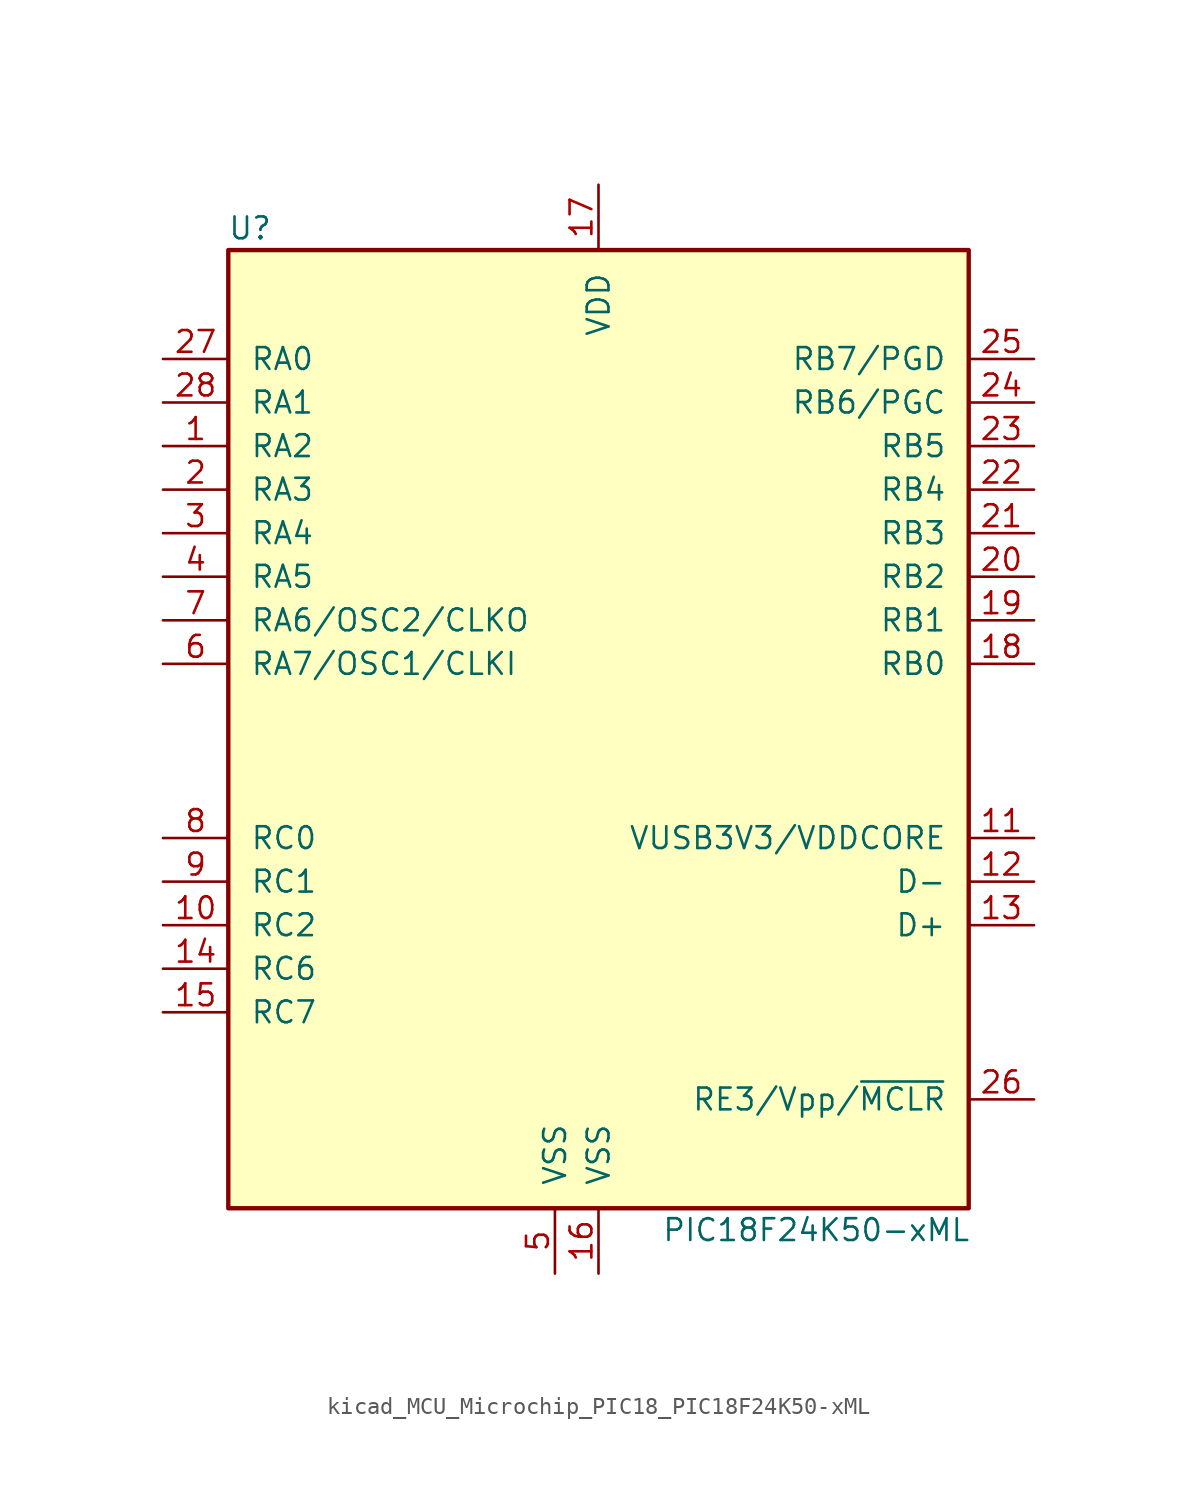
<source format=kicad_sym>
(kicad_symbol_lib
  (version 20220914)
  (generator kicad_symbol_editor)
  (symbol "kicad_MCU_Microchip_PIC18_PIC18F24K50-xML"
    (pin_names
      (offset 1.27))
    (property "Reference" "U"
      (at -20.32 30.48 0)
      (effects (font (size 1.27 1.27))))
    (property "Value" "PIC18F24K50-xML"
      (at 12.7 -27.94 0)
      (effects (font (size 1.27 1.27))))
    (symbol "kicad_MCU_Microchip_PIC18_PIC18F24K50-xML_0_1"
      (rectangle (start -21.59 29.21) (end 21.59 -26.67) (stroke (width 0.254) (type default)) (fill (type background))))
    (symbol "kicad_MCU_Microchip_PIC18_PIC18F24K50-xML_1_1"
      (pin bidirectional line (at -25.4 17.78 0) (length 3.81) (name "RA2" (effects (font (size 1.27 1.27)))) (number "1" (effects (font (size 1.27 1.27)))))
      (pin bidirectional line (at -25.4 -10.16 0) (length 3.81) (name "RC2" (effects (font (size 1.27 1.27)))) (number "10" (effects (font (size 1.27 1.27)))))
      (pin bidirectional line (at 25.4 -5.08 180) (length 3.81) (name "VUSB3V3/VDDCORE" (effects (font (size 1.27 1.27)))) (number "11" (effects (font (size 1.27 1.27)))))
      (pin bidirectional line (at 25.4 -7.62 180) (length 3.81) (name "D-" (effects (font (size 1.27 1.27)))) (number "12" (effects (font (size 1.27 1.27)))))
      (pin bidirectional line (at 25.4 -10.16 180) (length 3.81) (name "D+" (effects (font (size 1.27 1.27)))) (number "13" (effects (font (size 1.27 1.27)))))
      (pin bidirectional line (at -25.4 -12.7 0) (length 3.81) (name "RC6" (effects (font (size 1.27 1.27)))) (number "14" (effects (font (size 1.27 1.27)))))
      (pin bidirectional line (at -25.4 -15.24 0) (length 3.81) (name "RC7" (effects (font (size 1.27 1.27)))) (number "15" (effects (font (size 1.27 1.27)))))
      (pin power_in line (at 0 -30.48 90) (length 3.81) (name "VSS" (effects (font (size 1.27 1.27)))) (number "16" (effects (font (size 1.27 1.27)))))
      (pin power_in line (at 0 33.02 270) (length 3.81) (name "VDD" (effects (font (size 1.27 1.27)))) (number "17" (effects (font (size 1.27 1.27)))))
      (pin bidirectional line (at 25.4 5.08 180) (length 3.81) (name "RB0" (effects (font (size 1.27 1.27)))) (number "18" (effects (font (size 1.27 1.27)))))
      (pin bidirectional line (at 25.4 7.62 180) (length 3.81) (name "RB1" (effects (font (size 1.27 1.27)))) (number "19" (effects (font (size 1.27 1.27)))))
      (pin bidirectional line (at -25.4 15.24 0) (length 3.81) (name "RA3" (effects (font (size 1.27 1.27)))) (number "2" (effects (font (size 1.27 1.27)))))
      (pin bidirectional line (at 25.4 10.16 180) (length 3.81) (name "RB2" (effects (font (size 1.27 1.27)))) (number "20" (effects (font (size 1.27 1.27)))))
      (pin bidirectional line (at 25.4 12.7 180) (length 3.81) (name "RB3" (effects (font (size 1.27 1.27)))) (number "21" (effects (font (size 1.27 1.27)))))
      (pin bidirectional line (at 25.4 15.24 180) (length 3.81) (name "RB4" (effects (font (size 1.27 1.27)))) (number "22" (effects (font (size 1.27 1.27)))))
      (pin bidirectional line (at 25.4 17.78 180) (length 3.81) (name "RB5" (effects (font (size 1.27 1.27)))) (number "23" (effects (font (size 1.27 1.27)))))
      (pin bidirectional line (at 25.4 20.32 180) (length 3.81) (name "RB6/PGC" (effects (font (size 1.27 1.27)))) (number "24" (effects (font (size 1.27 1.27)))))
      (pin bidirectional line (at 25.4 22.86 180) (length 3.81) (name "RB7/PGD" (effects (font (size 1.27 1.27)))) (number "25" (effects (font (size 1.27 1.27)))))
      (pin input line (at 25.4 -20.32 180) (length 3.81) (name "RE3/Vpp/~{MCLR}" (effects (font (size 1.27 1.27)))) (number "26" (effects (font (size 1.27 1.27)))))
      (pin bidirectional line (at -25.4 22.86 0) (length 3.81) (name "RA0" (effects (font (size 1.27 1.27)))) (number "27" (effects (font (size 1.27 1.27)))))
      (pin bidirectional line (at -25.4 20.32 0) (length 3.81) (name "RA1" (effects (font (size 1.27 1.27)))) (number "28" (effects (font (size 1.27 1.27)))))
      (pin bidirectional line (at -25.4 12.7 0) (length 3.81) (name "RA4" (effects (font (size 1.27 1.27)))) (number "3" (effects (font (size 1.27 1.27)))))
      (pin bidirectional line (at -25.4 10.16 0) (length 3.81) (name "RA5" (effects (font (size 1.27 1.27)))) (number "4" (effects (font (size 1.27 1.27)))))
      (pin power_in line (at -2.54 -30.48 90) (length 3.81) (name "VSS" (effects (font (size 1.27 1.27)))) (number "5" (effects (font (size 1.27 1.27)))))
      (pin input line (at -25.4 5.08 0) (length 3.81) (name "RA7/OSC1/CLKI" (effects (font (size 1.27 1.27)))) (number "6" (effects (font (size 1.27 1.27)))))
      (pin output line (at -25.4 7.62 0) (length 3.81) (name "RA6/OSC2/CLKO" (effects (font (size 1.27 1.27)))) (number "7" (effects (font (size 1.27 1.27)))))
      (pin bidirectional line (at -25.4 -5.08 0) (length 3.81) (name "RC0" (effects (font (size 1.27 1.27)))) (number "8" (effects (font (size 1.27 1.27)))))
      (pin bidirectional line (at -25.4 -7.62 0) (length 3.81) (name "RC1" (effects (font (size 1.27 1.27)))) (number "9" (effects (font (size 1.27 1.27))))))))
</source>
